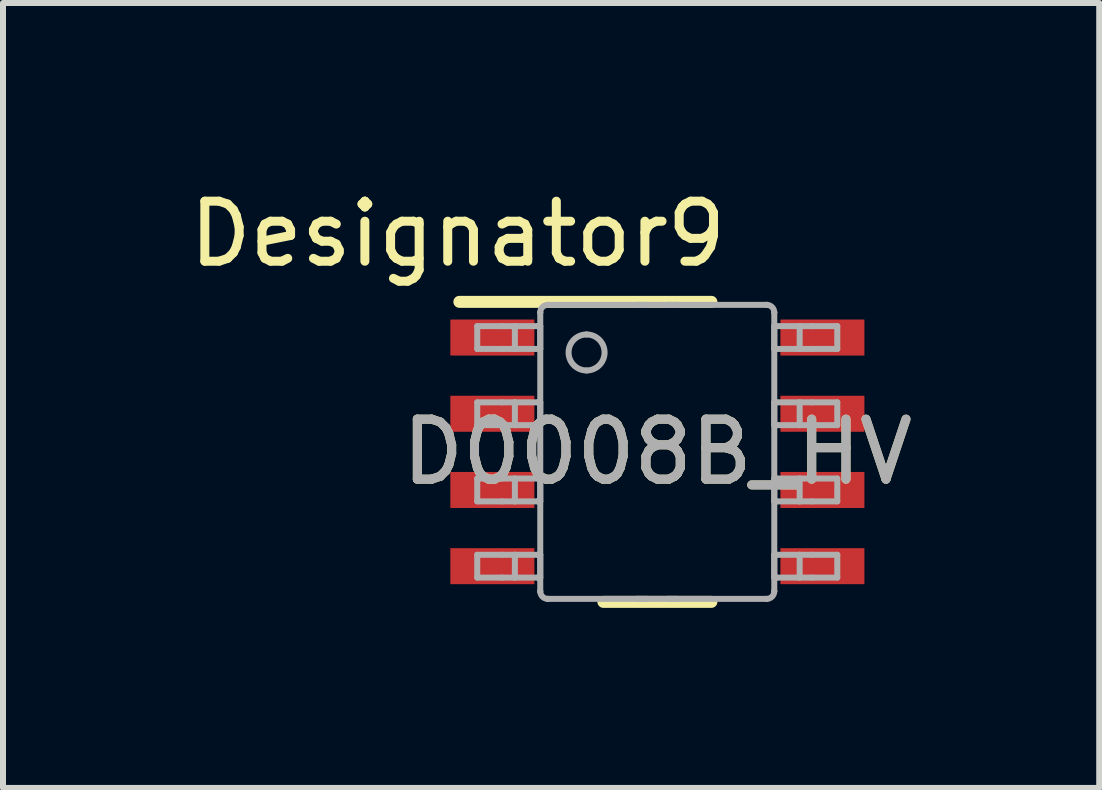
<source format=kicad_pcb>
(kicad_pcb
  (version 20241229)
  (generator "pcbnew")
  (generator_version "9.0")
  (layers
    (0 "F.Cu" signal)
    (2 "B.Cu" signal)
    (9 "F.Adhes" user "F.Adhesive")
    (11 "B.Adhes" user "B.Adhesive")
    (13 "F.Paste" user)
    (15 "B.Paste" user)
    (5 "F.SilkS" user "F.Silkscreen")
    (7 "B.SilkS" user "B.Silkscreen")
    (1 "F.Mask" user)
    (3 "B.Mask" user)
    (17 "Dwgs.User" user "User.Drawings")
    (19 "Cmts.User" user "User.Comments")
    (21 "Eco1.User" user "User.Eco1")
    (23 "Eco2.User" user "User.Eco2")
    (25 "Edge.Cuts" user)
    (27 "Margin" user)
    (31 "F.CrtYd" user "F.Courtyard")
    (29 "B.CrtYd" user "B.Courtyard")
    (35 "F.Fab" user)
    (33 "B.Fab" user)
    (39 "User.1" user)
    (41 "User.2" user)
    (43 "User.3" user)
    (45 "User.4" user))
  (footprint "D0008B_HV"
    (layer "F.Cu")
    (at 7.905 4.48)
    (property "Reference" "D0008B_HV" (at 0 0 0) (unlocked yes) (layer "F.SilkS") (effects (font (size 1 1) (thickness 0.15))))
    (attr smd)
    (fp_line (start -3.3 -2.5) (end 0.9 -2.5) (stroke (width 0.2) (type solid)) (layer "F.SilkS"))
    (fp_line (start -0.9 2.5) (end 0.9 2.5) (stroke (width 0.2) (type solid)) (layer "F.SilkS"))
    (fp_line (start -3.002 -2.095) (end -2.589 -2.095) (stroke (width 0.1) (type solid)) (layer "F.Fab"))
    (fp_line (start -3.002 -1.715) (end -3.002 -2.095) (stroke (width 0.1) (type solid)) (layer "F.Fab"))
    (fp_line (start -3.002 -1.715) (end -2.589 -1.715) (stroke (width 0.1) (type solid)) (layer "F.Fab"))
    (fp_line (start -3.002 -0.825) (end -2.589 -0.825) (stroke (width 0.1) (type solid)) (layer "F.Fab"))
    (fp_line (start -3.002 -0.445) (end -3.002 -0.825) (stroke (width 0.1) (type solid)) (layer "F.Fab"))
    (fp_line (start -3.002 -0.445) (end -2.589 -0.445) (stroke (width 0.1) (type solid)) (layer "F.Fab"))
    (fp_line (start -3.002 0.445) (end -2.589 0.445) (stroke (width 0.1) (type solid)) (layer "F.Fab"))
    (fp_line (start -3.002 0.825) (end -3.002 0.445) (stroke (width 0.1) (type solid)) (layer "F.Fab"))
    (fp_line (start -3.002 0.825) (end -2.589 0.825) (stroke (width 0.1) (type solid)) (layer "F.Fab"))
    (fp_line (start -3.002 1.715) (end -2.589 1.715) (stroke (width 0.1) (type solid)) (layer "F.Fab"))
    (fp_line (start -3.002 2.095) (end -3.002 1.715) (stroke (width 0.1) (type solid)) (layer "F.Fab"))
    (fp_line (start -3.002 2.095) (end -2.589 2.095) (stroke (width 0.1) (type solid)) (layer "F.Fab"))
    (fp_line (start -2.589 -2.095) (end -2.375 -2.095) (stroke (width 0.1) (type solid)) (layer "F.Fab"))
    (fp_line (start -2.589 -1.715) (end -2.375 -1.715) (stroke (width 0.1) (type solid)) (layer "F.Fab"))
    (fp_line (start -2.589 -0.825) (end -2.375 -0.825) (stroke (width 0.1) (type solid)) (layer "F.Fab"))
    (fp_line (start -2.589 -0.445) (end -2.375 -0.445) (stroke (width 0.1) (type solid)) (layer "F.Fab"))
    (fp_line (start -2.589 0.445) (end -2.375 0.445) (stroke (width 0.1) (type solid)) (layer "F.Fab"))
    (fp_line (start -2.589 0.825) (end -2.375 0.825) (stroke (width 0.1) (type solid)) (layer "F.Fab"))
    (fp_line (start -2.589 1.715) (end -2.375 1.715) (stroke (width 0.1) (type solid)) (layer "F.Fab"))
    (fp_line (start -2.589 2.095) (end -2.375 2.095) (stroke (width 0.1) (type solid)) (layer "F.Fab"))
    (fp_line (start -2.375 -2.095) (end -1.995 -2.095) (stroke (width 0.1) (type solid)) (layer "F.Fab"))
    (fp_line (start -2.375 -1.715) (end -2.375 -2.095) (stroke (width 0.1) (type solid)) (layer "F.Fab"))
    (fp_line (start -2.375 -1.715) (end -1.995 -1.715) (stroke (width 0.1) (type solid)) (layer "F.Fab"))
    (fp_line (start -2.375 -0.825) (end -1.995 -0.825) (stroke (width 0.1) (type solid)) (layer "F.Fab"))
    (fp_line (start -2.375 -0.445) (end -2.375 -0.825) (stroke (width 0.1) (type solid)) (layer "F.Fab"))
    (fp_line (start -2.375 -0.445) (end -1.995 -0.445) (stroke (width 0.1) (type solid)) (layer "F.Fab"))
    (fp_line (start -2.375 0.445) (end -1.995 0.445) (stroke (width 0.1) (type solid)) (layer "F.Fab"))
    (fp_line (start -2.375 0.825) (end -2.375 0.445) (stroke (width 0.1) (type solid)) (layer "F.Fab"))
    (fp_line (start -2.375 0.825) (end -1.995 0.825) (stroke (width 0.1) (type solid)) (layer "F.Fab"))
    (fp_line (start -2.375 1.715) (end -1.995 1.715) (stroke (width 0.1) (type solid)) (layer "F.Fab"))
    (fp_line (start -2.375 2.095) (end -2.375 1.715) (stroke (width 0.1) (type solid)) (layer "F.Fab"))
    (fp_line (start -2.375 2.095) (end -1.995 2.095) (stroke (width 0.1) (type solid)) (layer "F.Fab"))
    (fp_line (start -1.995 -2.095) (end -1.952 -2.095) (stroke (width 0.1) (type solid)) (layer "F.Fab"))
    (fp_line (start -1.995 -1.715) (end -1.952 -1.715) (stroke (width 0.1) (type solid)) (layer "F.Fab"))
    (fp_line (start -1.995 -0.825) (end -1.952 -0.825) (stroke (width 0.1) (type solid)) (layer "F.Fab"))
    (fp_line (start -1.995 -0.445) (end -1.952 -0.445) (stroke (width 0.1) (type solid)) (layer "F.Fab"))
    (fp_line (start -1.995 0.445) (end -1.952 0.445) (stroke (width 0.1) (type solid)) (layer "F.Fab"))
    (fp_line (start -1.995 0.825) (end -1.952 0.825) (stroke (width 0.1) (type solid)) (layer "F.Fab"))
    (fp_line (start -1.995 1.715) (end -1.952 1.715) (stroke (width 0.1) (type solid)) (layer "F.Fab"))
    (fp_line (start -1.995 2.095) (end -1.952 2.095) (stroke (width 0.1) (type solid)) (layer "F.Fab"))
    (fp_line (start -1.952 -2.323) (end -1.952 -2.324) (stroke (width 0.1) (type solid)) (layer "F.Fab"))
    (fp_line (start -1.952 -1.715) (end -1.952 -2.095) (stroke (width 0.1) (type solid)) (layer "F.Fab"))
    (fp_line (start -1.952 -0.445) (end -1.952 -0.825) (stroke (width 0.1) (type solid)) (layer "F.Fab"))
    (fp_line (start -1.952 0.825) (end -1.952 0.445) (stroke (width 0.1) (type solid)) (layer "F.Fab"))
    (fp_line (start -1.952 2.095) (end -1.952 1.715) (stroke (width 0.1) (type solid)) (layer "F.Fab"))
    (fp_line (start -1.952 2.323) (end -1.952 -2.323) (stroke (width 0.1) (type solid)) (layer "F.Fab"))
    (fp_line (start -1.952 2.324) (end -1.952 2.323) (stroke (width 0.1) (type solid)) (layer "F.Fab"))
    (fp_line (start -1.826 -2.45) (end -1.825 -2.45) (stroke (width 0.1) (type solid)) (layer "F.Fab"))
    (fp_line (start -1.826 2.45) (end -1.825 2.45) (stroke (width 0.1) (type solid)) (layer "F.Fab"))
    (fp_line (start -1.825 -2.45) (end -0.332 -2.45) (stroke (width 0.1) (type solid)) (layer "F.Fab"))
    (fp_line (start -1.825 2.45) (end -0.332 2.45) (stroke (width 0.1) (type solid)) (layer "F.Fab"))
    (fp_line (start -0.332 -2.45) (end -0.182 -2.45) (stroke (width 0.1) (type solid)) (layer "F.Fab"))
    (fp_line (start -0.332 -2.45) (end -0.182 -2.45) (stroke (width 0.1) (type solid)) (layer "F.Fab"))
    (fp_line (start -0.332 2.45) (end -0.182 2.45) (stroke (width 0.1) (type solid)) (layer "F.Fab"))
    (fp_line (start -0.332 2.45) (end -0.182 2.45) (stroke (width 0.1) (type solid)) (layer "F.Fab"))
    (fp_line (start -0.182 -2.45) (end 0.178 -2.45) (stroke (width 0.1) (type solid)) (layer "F.Fab"))
    (fp_line (start -0.182 2.45) (end 0.178 2.45) (stroke (width 0.1) (type solid)) (layer "F.Fab"))
    (fp_line (start 0.178 -2.45) (end 0.328 -2.45) (stroke (width 0.1) (type solid)) (layer "F.Fab"))
    (fp_line (start 0.178 -2.45) (end 0.328 -2.45) (stroke (width 0.1) (type solid)) (layer "F.Fab"))
    (fp_line (start 0.178 2.45) (end 0.328 2.45) (stroke (width 0.1) (type solid)) (layer "F.Fab"))
    (fp_line (start 0.178 2.45) (end 0.328 2.45) (stroke (width 0.1) (type solid)) (layer "F.Fab"))
    (fp_line (start 0.328 -2.45) (end 1.821 -2.45) (stroke (width 0.1) (type solid)) (layer "F.Fab"))
    (fp_line (start 0.328 2.45) (end 1.821 2.45) (stroke (width 0.1) (type solid)) (layer "F.Fab"))
    (fp_line (start 1.821 -2.45) (end 1.822 -2.45) (stroke (width 0.1) (type solid)) (layer "F.Fab"))
    (fp_line (start 1.821 2.45) (end 1.822 2.45) (stroke (width 0.1) (type solid)) (layer "F.Fab"))
    (fp_line (start 1.948 -2.323) (end 1.948 -2.324) (stroke (width 0.1) (type solid)) (layer "F.Fab"))
    (fp_line (start 1.948 -2.095) (end 1.991 -2.095) (stroke (width 0.1) (type solid)) (layer "F.Fab"))
    (fp_line (start 1.948 -1.715) (end 1.948 -2.095) (stroke (width 0.1) (type solid)) (layer "F.Fab"))
    (fp_line (start 1.948 -1.715) (end 1.991 -1.715) (stroke (width 0.1) (type solid)) (layer "F.Fab"))
    (fp_line (start 1.948 -0.825) (end 1.991 -0.825) (stroke (width 0.1) (type solid)) (layer "F.Fab"))
    (fp_line (start 1.948 -0.445) (end 1.948 -0.825) (stroke (width 0.1) (type solid)) (layer "F.Fab"))
    (fp_line (start 1.948 -0.445) (end 1.991 -0.445) (stroke (width 0.1) (type solid)) (layer "F.Fab"))
    (fp_line (start 1.948 0.445) (end 1.991 0.445) (stroke (width 0.1) (type solid)) (layer "F.Fab"))
    (fp_line (start 1.948 0.825) (end 1.948 0.445) (stroke (width 0.1) (type solid)) (layer "F.Fab"))
    (fp_line (start 1.948 0.825) (end 1.991 0.825) (stroke (width 0.1) (type solid)) (layer "F.Fab"))
    (fp_line (start 1.948 1.715) (end 1.991 1.715) (stroke (width 0.1) (type solid)) (layer "F.Fab"))
    (fp_line (start 1.948 2.095) (end 1.948 1.715) (stroke (width 0.1) (type solid)) (layer "F.Fab"))
    (fp_line (start 1.948 2.095) (end 1.991 2.095) (stroke (width 0.1) (type solid)) (layer "F.Fab"))
    (fp_line (start 1.948 2.323) (end 1.948 -2.323) (stroke (width 0.1) (type solid)) (layer "F.Fab"))
    (fp_line (start 1.948 2.324) (end 1.948 2.323) (stroke (width 0.1) (type solid)) (layer "F.Fab"))
    (fp_line (start 1.991 -2.095) (end 2.371 -2.095) (stroke (width 0.1) (type solid)) (layer "F.Fab"))
    (fp_line (start 1.991 -1.715) (end 2.371 -1.715) (stroke (width 0.1) (type solid)) (layer "F.Fab"))
    (fp_line (start 1.991 -0.825) (end 2.371 -0.825) (stroke (width 0.1) (type solid)) (layer "F.Fab"))
    (fp_line (start 1.991 -0.445) (end 2.371 -0.445) (stroke (width 0.1) (type solid)) (layer "F.Fab"))
    (fp_line (start 1.991 0.445) (end 2.371 0.445) (stroke (width 0.1) (type solid)) (layer "F.Fab"))
    (fp_line (start 1.991 0.825) (end 2.371 0.825) (stroke (width 0.1) (type solid)) (layer "F.Fab"))
    (fp_line (start 1.991 1.715) (end 2.371 1.715) (stroke (width 0.1) (type solid)) (layer "F.Fab"))
    (fp_line (start 1.991 2.095) (end 2.371 2.095) (stroke (width 0.1) (type solid)) (layer "F.Fab"))
    (fp_line (start 2.371 -2.095) (end 2.585 -2.095) (stroke (width 0.1) (type solid)) (layer "F.Fab"))
    (fp_line (start 2.371 -1.715) (end 2.371 -2.095) (stroke (width 0.1) (type solid)) (layer "F.Fab"))
    (fp_line (start 2.371 -1.715) (end 2.585 -1.715) (stroke (width 0.1) (type solid)) (layer "F.Fab"))
    (fp_line (start 2.371 -0.825) (end 2.585 -0.825) (stroke (width 0.1) (type solid)) (layer "F.Fab"))
    (fp_line (start 2.371 -0.445) (end 2.371 -0.825) (stroke (width 0.1) (type solid)) (layer "F.Fab"))
    (fp_line (start 2.371 -0.445) (end 2.585 -0.445) (stroke (width 0.1) (type solid)) (layer "F.Fab"))
    (fp_line (start 2.371 0.445) (end 2.585 0.445) (stroke (width 0.1) (type solid)) (layer "F.Fab"))
    (fp_line (start 2.371 0.825) (end 2.371 0.445) (stroke (width 0.1) (type solid)) (layer "F.Fab"))
    (fp_line (start 2.371 0.825) (end 2.585 0.825) (stroke (width 0.1) (type solid)) (layer "F.Fab"))
    (fp_line (start 2.371 1.715) (end 2.585 1.715) (stroke (width 0.1) (type solid)) (layer "F.Fab"))
    (fp_line (start 2.371 2.095) (end 2.371 1.715) (stroke (width 0.1) (type solid)) (layer "F.Fab"))
    (fp_line (start 2.371 2.095) (end 2.585 2.095) (stroke (width 0.1) (type solid)) (layer "F.Fab"))
    (fp_line (start 2.585 -2.095) (end 2.998 -2.095) (stroke (width 0.1) (type solid)) (layer "F.Fab"))
    (fp_line (start 2.585 -1.715) (end 2.998 -1.715) (stroke (width 0.1) (type solid)) (layer "F.Fab"))
    (fp_line (start 2.585 -0.825) (end 2.998 -0.825) (stroke (width 0.1) (type solid)) (layer "F.Fab"))
    (fp_line (start 2.585 -0.445) (end 2.998 -0.445) (stroke (width 0.1) (type solid)) (layer "F.Fab"))
    (fp_line (start 2.585 0.445) (end 2.998 0.445) (stroke (width 0.1) (type solid)) (layer "F.Fab"))
    (fp_line (start 2.585 0.825) (end 2.998 0.825) (stroke (width 0.1) (type solid)) (layer "F.Fab"))
    (fp_line (start 2.585 1.715) (end 2.998 1.715) (stroke (width 0.1) (type solid)) (layer "F.Fab"))
    (fp_line (start 2.585 2.095) (end 2.998 2.095) (stroke (width 0.1) (type solid)) (layer "F.Fab"))
    (fp_line (start 2.998 -1.715) (end 2.998 -2.095) (stroke (width 0.1) (type solid)) (layer "F.Fab"))
    (fp_line (start 2.998 -0.445) (end 2.998 -0.825) (stroke (width 0.1) (type solid)) (layer "F.Fab"))
    (fp_line (start 2.998 0.825) (end 2.998 0.445) (stroke (width 0.1) (type solid)) (layer "F.Fab"))
    (fp_line (start 2.998 2.095) (end 2.998 1.715) (stroke (width 0.1) (type solid)) (layer "F.Fab"))
    (fp_arc (start -1.952002 -2.323941) (mid -1.914806 -2.412806) (end -1.825941 -2.450002) (stroke (width 0.1) (type solid)) (layer "F.Fab"))
    (fp_arc (start -1.825941 2.449992) (mid -1.914806 2.412795) (end -1.952002 2.323931) (stroke (width 0.1) (type solid)) (layer "F.Fab"))
    (fp_arc (start -1.18 -1.956199) (mid -0.880001 -1.656199) (end -1.18 -1.3562) (stroke (width 0.1) (type solid)) (layer "F.Fab"))
    (fp_arc (start -1.18 -1.3562) (mid -1.48 -1.656199) (end -1.18 -1.956199) (stroke (width 0.1) (type solid)) (layer "F.Fab"))
    (fp_arc (start 1.821933 -2.450002) (mid 1.910797 -2.412806) (end 1.947994 -2.323941) (stroke (width 0.1) (type solid)) (layer "F.Fab"))
    (fp_arc (start 1.947994 2.323931) (mid 1.910797 2.412795) (end 1.821933 2.449992) (stroke (width 0.1) (type solid)) (layer "F.Fab"))
    (fp_text user "Designator9" (at -3.327 -3.632 0) (unlocked yes) (layer "F.SilkS") (effects (font (size 1 1) (thickness 0.15))))
    (fp_text user "${REFERENCE}" (at 0 0 0) (unlocked yes) (layer "F.Fab") (effects (font (size 1 1) (thickness 0.15))))
    (pad "1" smd rect (at -2.75 -1.905 90) (size 0.6 1.4) (layers "F.Cu" "F.Mask" "F.Paste"))
    (pad "2" smd rect (at -2.75 -0.635 90) (size 0.6 1.4) (layers "F.Cu" "F.Mask" "F.Paste"))
    (pad "3" smd rect (at -2.75 0.635 90) (size 0.6 1.4) (layers "F.Cu" "F.Mask" "F.Paste"))
    (pad "4" smd rect (at -2.75 1.905 90) (size 0.6 1.4) (layers "F.Cu" "F.Mask" "F.Paste"))
    (pad "5" smd rect (at 2.75 1.905 90) (size 0.6 1.4) (layers "F.Cu" "F.Mask" "F.Paste"))
    (pad "6" smd rect (at 2.75 0.635 90) (size 0.6 1.4) (layers "F.Cu" "F.Mask" "F.Paste"))
    (pad "7" smd rect (at 2.75 -0.635 90) (size 0.6 1.4) (layers "F.Cu" "F.Mask" "F.Paste"))
    (pad "8" smd rect (at 2.75 -1.905 90) (size 0.6 1.4) (layers "F.Cu" "F.Mask" "F.Paste")))
  (gr_rect
    (start -3 -3)
    (end 15.268 10.08)
    (stroke (width 0.1) (type default))
    (fill no)
    (layer "Edge.Cuts")))
</source>
